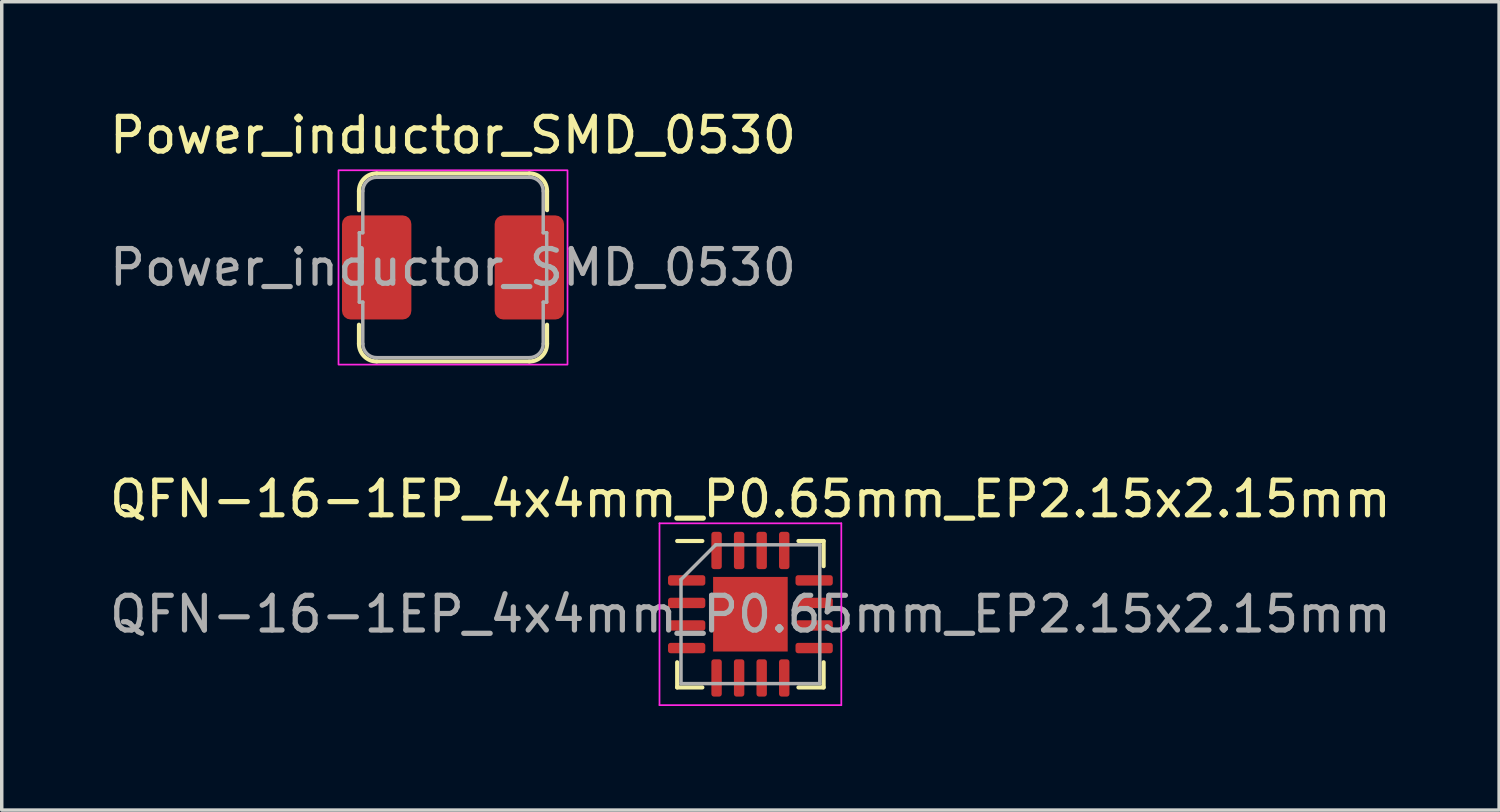
<source format=kicad_pcb>
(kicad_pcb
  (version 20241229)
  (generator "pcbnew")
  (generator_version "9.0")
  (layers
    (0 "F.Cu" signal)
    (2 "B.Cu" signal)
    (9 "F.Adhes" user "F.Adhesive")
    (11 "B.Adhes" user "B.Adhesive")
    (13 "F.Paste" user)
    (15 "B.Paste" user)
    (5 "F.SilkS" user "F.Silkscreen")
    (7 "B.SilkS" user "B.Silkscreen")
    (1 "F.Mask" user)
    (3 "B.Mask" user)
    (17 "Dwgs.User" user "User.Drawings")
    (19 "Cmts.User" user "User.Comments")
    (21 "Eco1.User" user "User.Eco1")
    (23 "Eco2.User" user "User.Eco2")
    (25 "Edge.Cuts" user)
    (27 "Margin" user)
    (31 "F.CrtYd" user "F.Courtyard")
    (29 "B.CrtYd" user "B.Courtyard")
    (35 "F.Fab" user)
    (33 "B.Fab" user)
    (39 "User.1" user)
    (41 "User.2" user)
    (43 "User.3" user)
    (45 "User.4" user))
  (footprint "Power_inductor_SMD_0530"
    (layer "F.Cu")
    (at 10.006 4.658)
    (property "Reference" "Power_inductor_SMD_0530" (at 0 -3.81 0) (unlocked yes) (layer "F.SilkS") (effects (font (size 1 1) (thickness 0.15))))
    (attr smd)
    (fp_line (start -2.71 -1.651) (end -2.71 -2.2) (stroke (width 0.12) (type solid)) (layer "F.SilkS"))
    (fp_line (start -2.71 2.2) (end -2.71 1.651) (stroke (width 0.12) (type solid)) (layer "F.SilkS"))
    (fp_line (start -2.2 -2.71) (end 2.2 -2.71) (stroke (width 0.12) (type solid)) (layer "F.SilkS"))
    (fp_line (start -2.2 2.71) (end 2.2 2.71) (stroke (width 0.12) (type solid)) (layer "F.SilkS"))
    (fp_line (start 2.71 -1.651) (end 2.71 -2.2) (stroke (width 0.12) (type solid)) (layer "F.SilkS"))
    (fp_line (start 2.71 2.2) (end 2.71 1.651) (stroke (width 0.12) (type solid)) (layer "F.SilkS"))
    (fp_arc (start -2.71 -2.2) (mid -2.560624 -2.560624) (end -2.2 -2.71) (stroke (width 0.12) (type solid)) (layer "F.SilkS"))
    (fp_arc (start -2.2 2.71) (mid -2.560624 2.560624) (end -2.71 2.2) (stroke (width 0.12) (type solid)) (layer "F.SilkS"))
    (fp_arc (start 2.2 -2.71) (mid 2.560624 -2.560624) (end 2.71 -2.2) (stroke (width 0.12) (type solid)) (layer "F.SilkS"))
    (fp_arc (start 2.71 2.2) (mid 2.560624 2.560624) (end 2.2 2.71) (stroke (width 0.12) (type solid)) (layer "F.SilkS"))
    (fp_rect (start -3.3 -2.8) (end 3.3 2.8) (stroke (width 0.05) (type solid)) (fill no) (layer "F.CrtYd"))
    (fp_line (start -2.7 -1) (end -2.7 1) (stroke (width 0.1) (type solid)) (layer "F.Fab"))
    (fp_line (start -2.7 1) (end -2.6 1) (stroke (width 0.1) (type solid)) (layer "F.Fab"))
    (fp_line (start -2.6 -1) (end -2.7 -1) (stroke (width 0.1) (type solid)) (layer "F.Fab"))
    (fp_line (start -2.6 -1) (end -2.6 -2.2) (stroke (width 0.1) (type solid)) (layer "F.Fab"))
    (fp_line (start -2.6 2.2) (end -2.6 1) (stroke (width 0.1) (type solid)) (layer "F.Fab"))
    (fp_line (start -2.2 -2.6) (end 2.2 -2.6) (stroke (width 0.1) (type solid)) (layer "F.Fab"))
    (fp_line (start -2.2 2.6) (end 2.2 2.6) (stroke (width 0.1) (type solid)) (layer "F.Fab"))
    (fp_line (start 2.6 -1) (end 2.6 -2.2) (stroke (width 0.1) (type solid)) (layer "F.Fab"))
    (fp_line (start 2.6 -1) (end 2.7 -1) (stroke (width 0.1) (type solid)) (layer "F.Fab"))
    (fp_line (start 2.6 2.2) (end 2.6 1) (stroke (width 0.1) (type solid)) (layer "F.Fab"))
    (fp_line (start 2.7 -1) (end 2.7 1) (stroke (width 0.1) (type solid)) (layer "F.Fab"))
    (fp_line (start 2.7 1) (end 2.6 1) (stroke (width 0.1) (type solid)) (layer "F.Fab"))
    (fp_arc (start -2.6 -2.2) (mid -2.482843 -2.482843) (end -2.2 -2.6) (stroke (width 0.1) (type solid)) (layer "F.Fab"))
    (fp_arc (start -2.2 2.6) (mid -2.482843 2.482843) (end -2.6 2.2) (stroke (width 0.1) (type solid)) (layer "F.Fab"))
    (fp_arc (start 2.2 -2.6) (mid 2.482843 -2.482843) (end 2.6 -2.2) (stroke (width 0.1) (type solid)) (layer "F.Fab"))
    (fp_arc (start 2.6 2.2) (mid 2.482843 2.482843) (end 2.2 2.6) (stroke (width 0.1) (type solid)) (layer "F.Fab"))
    (fp_text user "${REFERENCE}" (at 0 0 0) (unlocked yes) (layer "F.Fab") (effects (font (size 1 1) (thickness 0.15))))
    (pad "1" smd roundrect (at -2.2 0) (size 2 3) (layers "F.Cu" "F.Mask" "F.Paste") (roundrect_rratio 0.125))
    (pad "2" smd roundrect (at 2.2 0) (size 2 3) (layers "F.Cu" "F.Mask" "F.Paste") (roundrect_rratio 0.125)))
  (footprint "QFN-16-1EP_4x4mm_P0.65mm_EP2.15x2.15mm"
    (layer "F.Cu")
    (at 18.577 14.652)
    (property "Reference" "QFN-16-1EP_4x4mm_P0.65mm_EP2.15x2.15mm" (at 0 -3.32 0) (layer "F.SilkS") (effects (font (size 1 1) (thickness 0.15))))
    (attr smd)
    (fp_line (start -2.11 2.11) (end -2.11 1.385) (stroke (width 0.12) (type solid)) (layer "F.SilkS"))
    (fp_line (start -1.385 -2.11) (end -2.11 -2.11) (stroke (width 0.12) (type solid)) (layer "F.SilkS"))
    (fp_line (start -1.385 2.11) (end -2.11 2.11) (stroke (width 0.12) (type solid)) (layer "F.SilkS"))
    (fp_line (start 1.385 -2.11) (end 2.11 -2.11) (stroke (width 0.12) (type solid)) (layer "F.SilkS"))
    (fp_line (start 1.385 2.11) (end 2.11 2.11) (stroke (width 0.12) (type solid)) (layer "F.SilkS"))
    (fp_line (start 2.11 -2.11) (end 2.11 -1.385) (stroke (width 0.12) (type solid)) (layer "F.SilkS"))
    (fp_line (start 2.11 2.11) (end 2.11 1.385) (stroke (width 0.12) (type solid)) (layer "F.SilkS"))
    (fp_line (start -2.62 -2.62) (end -2.62 2.62) (stroke (width 0.05) (type solid)) (layer "F.CrtYd"))
    (fp_line (start -2.62 2.62) (end 2.62 2.62) (stroke (width 0.05) (type solid)) (layer "F.CrtYd"))
    (fp_line (start 2.62 -2.62) (end -2.62 -2.62) (stroke (width 0.05) (type solid)) (layer "F.CrtYd"))
    (fp_line (start 2.62 2.62) (end 2.62 -2.62) (stroke (width 0.05) (type solid)) (layer "F.CrtYd"))
    (fp_line (start -2 -1) (end -1 -2) (stroke (width 0.1) (type solid)) (layer "F.Fab"))
    (fp_line (start -2 2) (end -2 -1) (stroke (width 0.1) (type solid)) (layer "F.Fab"))
    (fp_line (start -1 -2) (end 2 -2) (stroke (width 0.1) (type solid)) (layer "F.Fab"))
    (fp_line (start 2 -2) (end 2 2) (stroke (width 0.1) (type solid)) (layer "F.Fab"))
    (fp_line (start 2 2) (end -2 2) (stroke (width 0.1) (type solid)) (layer "F.Fab"))
    (fp_text user "${REFERENCE}" (at 0 0 0) (layer "F.Fab") (effects (font (size 1 1) (thickness 0.15))))
    (pad "" smd roundrect (at -0.54 -0.54) (size 0.87 0.87) (layers "F.Paste") (roundrect_rratio 0.25))
    (pad "" smd roundrect (at -0.54 0.54) (size 0.87 0.87) (layers "F.Paste") (roundrect_rratio 0.25))
    (pad "" smd roundrect (at 0.54 -0.54) (size 0.87 0.87) (layers "F.Paste") (roundrect_rratio 0.25))
    (pad "" smd roundrect (at 0.54 0.54) (size 0.87 0.87) (layers "F.Paste") (roundrect_rratio 0.25))
    (pad "1" smd roundrect (at -1.837 -0.975) (size 1.075 0.3) (layers "F.Cu" "F.Mask" "F.Paste") (roundrect_rratio 0.25))
    (pad "2" smd roundrect (at -1.837 -0.325) (size 1.075 0.3) (layers "F.Cu" "F.Mask" "F.Paste") (roundrect_rratio 0.25))
    (pad "3" smd roundrect (at -1.837 0.325) (size 1.075 0.3) (layers "F.Cu" "F.Mask" "F.Paste") (roundrect_rratio 0.25))
    (pad "4" smd roundrect (at -1.837 0.975) (size 1.075 0.3) (layers "F.Cu" "F.Mask" "F.Paste") (roundrect_rratio 0.25))
    (pad "5" smd roundrect (at -0.975 1.837) (size 0.3 1.075) (layers "F.Cu" "F.Mask" "F.Paste") (roundrect_rratio 0.25))
    (pad "6" smd roundrect (at -0.325 1.837) (size 0.3 1.075) (layers "F.Cu" "F.Mask" "F.Paste") (roundrect_rratio 0.25))
    (pad "7" smd roundrect (at 0.325 1.837) (size 0.3 1.075) (layers "F.Cu" "F.Mask" "F.Paste") (roundrect_rratio 0.25))
    (pad "8" smd roundrect (at 0.975 1.837) (size 0.3 1.075) (layers "F.Cu" "F.Mask" "F.Paste") (roundrect_rratio 0.25))
    (pad "9" smd roundrect (at 1.837 0.975) (size 1.075 0.3) (layers "F.Cu" "F.Mask" "F.Paste") (roundrect_rratio 0.25))
    (pad "10" smd roundrect (at 1.837 0.325) (size 1.075 0.3) (layers "F.Cu" "F.Mask" "F.Paste") (roundrect_rratio 0.25))
    (pad "11" smd roundrect (at 1.837 -0.325) (size 1.075 0.3) (layers "F.Cu" "F.Mask" "F.Paste") (roundrect_rratio 0.25))
    (pad "12" smd roundrect (at 1.837 -0.975) (size 1.075 0.3) (layers "F.Cu" "F.Mask" "F.Paste") (roundrect_rratio 0.25))
    (pad "13" smd roundrect (at 0.975 -1.837) (size 0.3 1.075) (layers "F.Cu" "F.Mask" "F.Paste") (roundrect_rratio 0.25))
    (pad "14" smd roundrect (at 0.325 -1.837) (size 0.3 1.075) (layers "F.Cu" "F.Mask" "F.Paste") (roundrect_rratio 0.25))
    (pad "15" smd roundrect (at -0.325 -1.837) (size 0.3 1.075) (layers "F.Cu" "F.Mask" "F.Paste") (roundrect_rratio 0.25))
    (pad "16" smd roundrect (at -0.975 -1.837) (size 0.3 1.075) (layers "F.Cu" "F.Mask" "F.Paste") (roundrect_rratio 0.25))
    (pad "17" smd rect (at 0 0) (size 2.15 2.15) (layers "F.Cu" "F.Mask")))
  (gr_rect
    (start -3 -3)
    (end 40.155 20.297)
    (stroke (width 0.1) (type default))
    (fill no)
    (layer "Edge.Cuts")))
</source>
